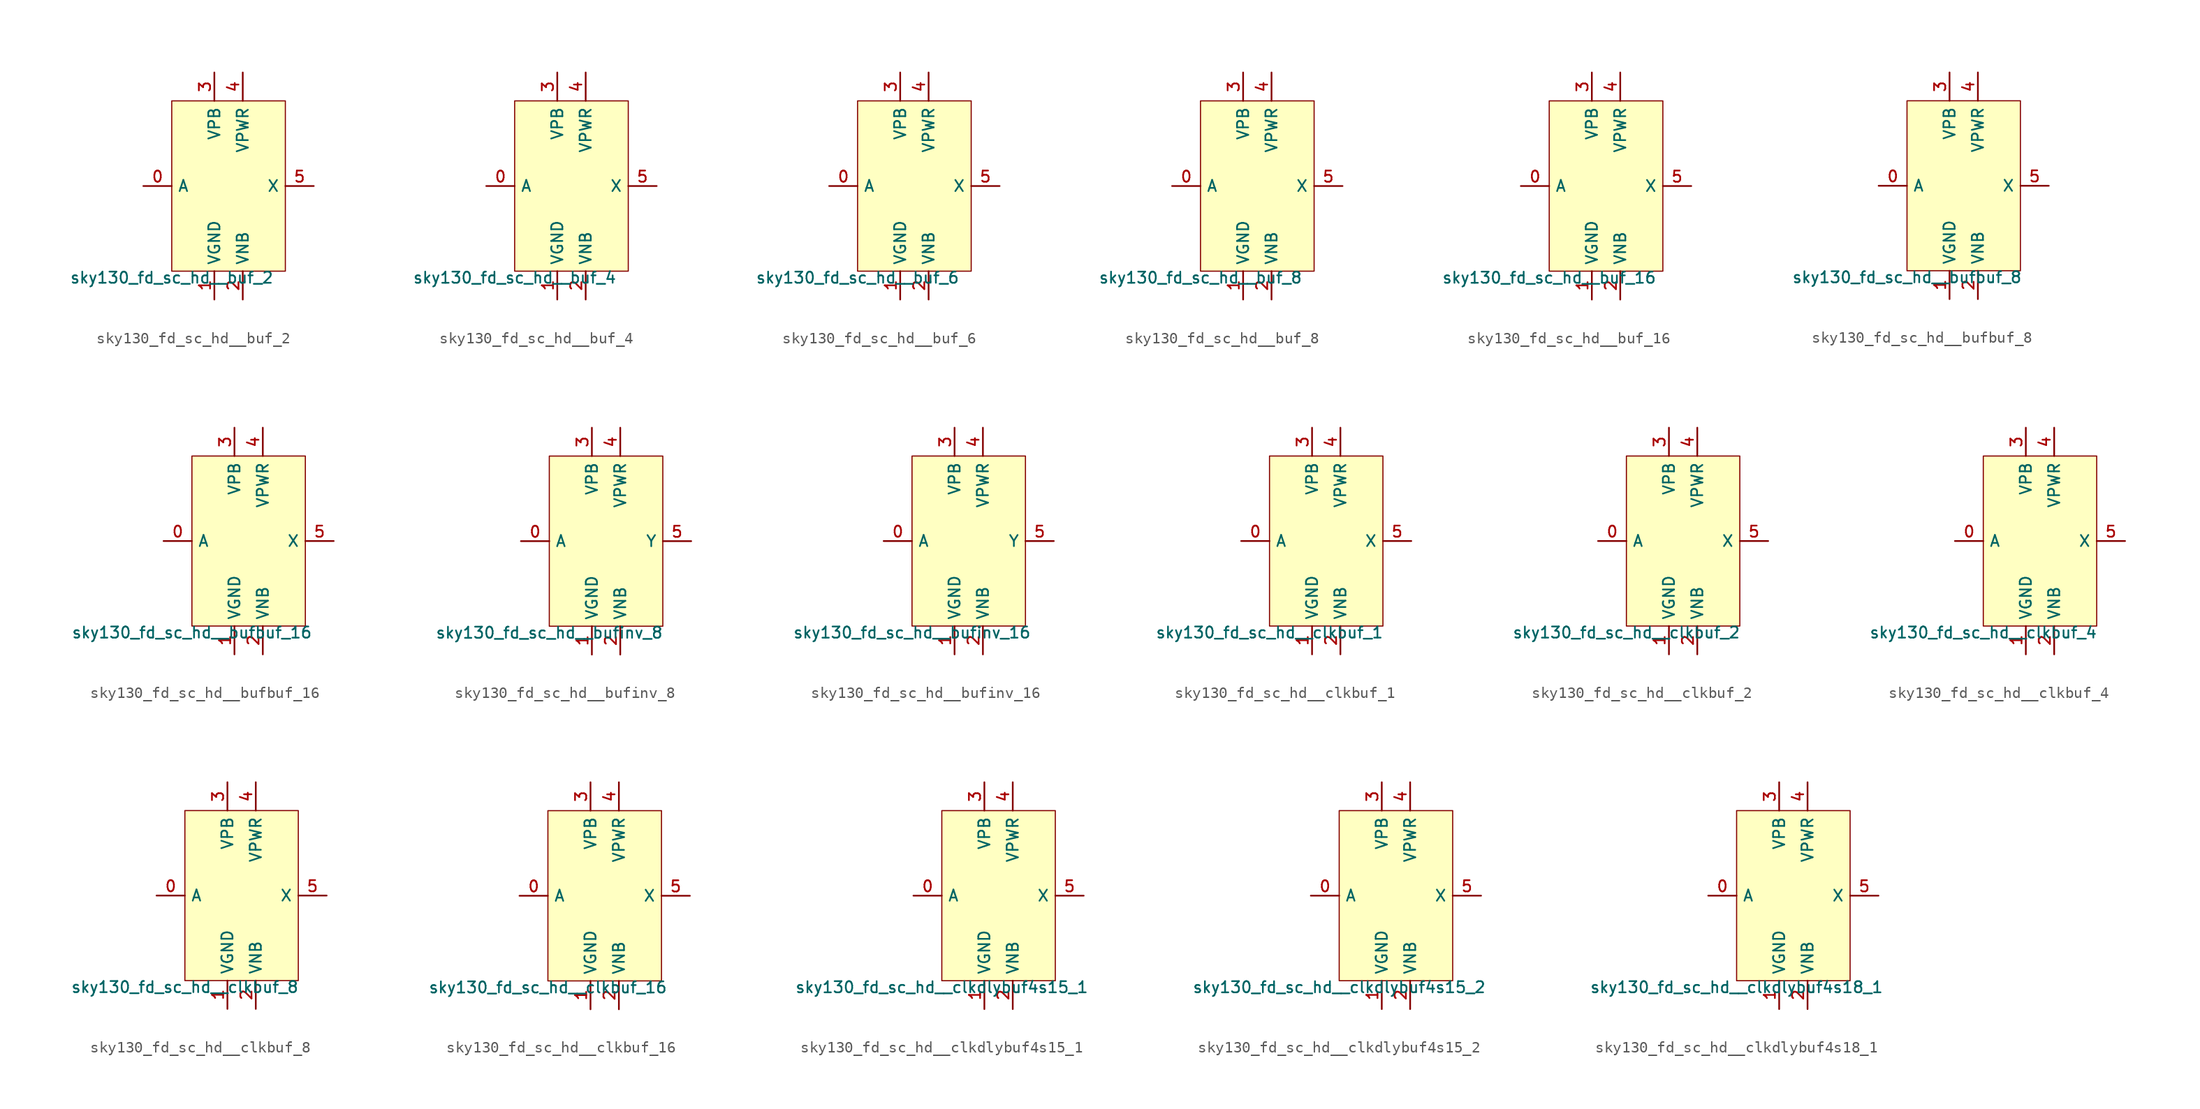
<source format=kicad_sym>
(kicad_symbol_lib
  (version 20211014)
  (generator lef2kicad_sym)
  (symbol "sky130_fd_sc_hd__buf_2"
    (property "Reference" "X"
      (at 0 0 0)
      (effects (font (size 1 1)) hide))
    (property "Value" "sky130_fd_sc_hd__buf_2"
      (at -5.08 -7.62 0)
      (effects (font (size 1 1)) (justify top)))
    (rectangle
      (start -5.08 -7.62)
      (end 5.08 7.62)
      (stroke (width 0.1) (type solid) (color 0 0 0 0))
      (fill (type background)))
    (pin input line
      (at -7.62 0.0 0)
      (length 2.54)
      (name "A" (effects (font (size 1 1)) hide))
      (number "0" (effects (font (size 1 1)) hide)))
    (pin power_in line
      (at -1.27 -10.16 90)
      (length 2.54)
      (name "VGND" (effects (font (size 1 1)) hide))
      (number "1" (effects (font (size 1 1)) hide)))
    (pin power_in line
      (at 1.27 -10.16 90)
      (length 2.54)
      (name "VNB" (effects (font (size 1 1)) hide))
      (number "2" (effects (font (size 1 1)) hide)))
    (pin power_in line
      (at -1.27 10.16 270)
      (length 2.54)
      (name "VPB" (effects (font (size 1 1)) hide))
      (number "3" (effects (font (size 1 1)) hide)))
    (pin power_in line
      (at 1.27 10.16 270)
      (length 2.54)
      (name "VPWR" (effects (font (size 1 1)) hide))
      (number "4" (effects (font (size 1 1)) hide)))
    (pin output line
      (at 7.62 0.0 180)
      (length 2.54)
      (name "X" (effects (font (size 1 1)) hide))
      (number "5" (effects (font (size 1 1)) hide))))
  (symbol "sky130_fd_sc_hd__buf_4"
    (property "Reference" "X"
      (at 0 0 0)
      (effects (font (size 1 1)) hide))
    (property "Value" "sky130_fd_sc_hd__buf_4"
      (at -5.08 -7.62 0)
      (effects (font (size 1 1)) (justify top)))
    (rectangle
      (start -5.08 -7.62)
      (end 5.08 7.62)
      (stroke (width 0.1) (type solid) (color 0 0 0 0))
      (fill (type background)))
    (pin input line
      (at -7.62 0.0 0)
      (length 2.54)
      (name "A" (effects (font (size 1 1)) hide))
      (number "0" (effects (font (size 1 1)) hide)))
    (pin power_in line
      (at -1.27 -10.16 90)
      (length 2.54)
      (name "VGND" (effects (font (size 1 1)) hide))
      (number "1" (effects (font (size 1 1)) hide)))
    (pin power_in line
      (at 1.27 -10.16 90)
      (length 2.54)
      (name "VNB" (effects (font (size 1 1)) hide))
      (number "2" (effects (font (size 1 1)) hide)))
    (pin power_in line
      (at -1.27 10.16 270)
      (length 2.54)
      (name "VPB" (effects (font (size 1 1)) hide))
      (number "3" (effects (font (size 1 1)) hide)))
    (pin power_in line
      (at 1.27 10.16 270)
      (length 2.54)
      (name "VPWR" (effects (font (size 1 1)) hide))
      (number "4" (effects (font (size 1 1)) hide)))
    (pin output line
      (at 7.62 0.0 180)
      (length 2.54)
      (name "X" (effects (font (size 1 1)) hide))
      (number "5" (effects (font (size 1 1)) hide))))
  (symbol "sky130_fd_sc_hd__buf_6"
    (property "Reference" "X"
      (at 0 0 0)
      (effects (font (size 1 1)) hide))
    (property "Value" "sky130_fd_sc_hd__buf_6"
      (at -5.08 -7.62 0)
      (effects (font (size 1 1)) (justify top)))
    (rectangle
      (start -5.08 -7.62)
      (end 5.08 7.62)
      (stroke (width 0.1) (type solid) (color 0 0 0 0))
      (fill (type background)))
    (pin input line
      (at -7.62 0.0 0)
      (length 2.54)
      (name "A" (effects (font (size 1 1)) hide))
      (number "0" (effects (font (size 1 1)) hide)))
    (pin power_in line
      (at -1.27 -10.16 90)
      (length 2.54)
      (name "VGND" (effects (font (size 1 1)) hide))
      (number "1" (effects (font (size 1 1)) hide)))
    (pin power_in line
      (at 1.27 -10.16 90)
      (length 2.54)
      (name "VNB" (effects (font (size 1 1)) hide))
      (number "2" (effects (font (size 1 1)) hide)))
    (pin power_in line
      (at -1.27 10.16 270)
      (length 2.54)
      (name "VPB" (effects (font (size 1 1)) hide))
      (number "3" (effects (font (size 1 1)) hide)))
    (pin power_in line
      (at 1.27 10.16 270)
      (length 2.54)
      (name "VPWR" (effects (font (size 1 1)) hide))
      (number "4" (effects (font (size 1 1)) hide)))
    (pin output line
      (at 7.62 0.0 180)
      (length 2.54)
      (name "X" (effects (font (size 1 1)) hide))
      (number "5" (effects (font (size 1 1)) hide))))
  (symbol "sky130_fd_sc_hd__buf_8"
    (property "Reference" "X"
      (at 0 0 0)
      (effects (font (size 1 1)) hide))
    (property "Value" "sky130_fd_sc_hd__buf_8"
      (at -5.08 -7.62 0)
      (effects (font (size 1 1)) (justify top)))
    (rectangle
      (start -5.08 -7.62)
      (end 5.08 7.62)
      (stroke (width 0.1) (type solid) (color 0 0 0 0))
      (fill (type background)))
    (pin input line
      (at -7.62 0.0 0)
      (length 2.54)
      (name "A" (effects (font (size 1 1)) hide))
      (number "0" (effects (font (size 1 1)) hide)))
    (pin power_in line
      (at -1.27 -10.16 90)
      (length 2.54)
      (name "VGND" (effects (font (size 1 1)) hide))
      (number "1" (effects (font (size 1 1)) hide)))
    (pin power_in line
      (at 1.27 -10.16 90)
      (length 2.54)
      (name "VNB" (effects (font (size 1 1)) hide))
      (number "2" (effects (font (size 1 1)) hide)))
    (pin power_in line
      (at -1.27 10.16 270)
      (length 2.54)
      (name "VPB" (effects (font (size 1 1)) hide))
      (number "3" (effects (font (size 1 1)) hide)))
    (pin power_in line
      (at 1.27 10.16 270)
      (length 2.54)
      (name "VPWR" (effects (font (size 1 1)) hide))
      (number "4" (effects (font (size 1 1)) hide)))
    (pin output line
      (at 7.62 0.0 180)
      (length 2.54)
      (name "X" (effects (font (size 1 1)) hide))
      (number "5" (effects (font (size 1 1)) hide))))
  (symbol "sky130_fd_sc_hd__buf_16"
    (property "Reference" "X"
      (at 0 0 0)
      (effects (font (size 1 1)) hide))
    (property "Value" "sky130_fd_sc_hd__buf_16"
      (at -5.08 -7.62 0)
      (effects (font (size 1 1)) (justify top)))
    (rectangle
      (start -5.08 -7.62)
      (end 5.08 7.62)
      (stroke (width 0.1) (type solid) (color 0 0 0 0))
      (fill (type background)))
    (pin input line
      (at -7.62 0.0 0)
      (length 2.54)
      (name "A" (effects (font (size 1 1)) hide))
      (number "0" (effects (font (size 1 1)) hide)))
    (pin power_in line
      (at -1.27 -10.16 90)
      (length 2.54)
      (name "VGND" (effects (font (size 1 1)) hide))
      (number "1" (effects (font (size 1 1)) hide)))
    (pin power_in line
      (at 1.27 -10.16 90)
      (length 2.54)
      (name "VNB" (effects (font (size 1 1)) hide))
      (number "2" (effects (font (size 1 1)) hide)))
    (pin power_in line
      (at -1.27 10.16 270)
      (length 2.54)
      (name "VPB" (effects (font (size 1 1)) hide))
      (number "3" (effects (font (size 1 1)) hide)))
    (pin power_in line
      (at 1.27 10.16 270)
      (length 2.54)
      (name "VPWR" (effects (font (size 1 1)) hide))
      (number "4" (effects (font (size 1 1)) hide)))
    (pin output line
      (at 7.62 0.0 180)
      (length 2.54)
      (name "X" (effects (font (size 1 1)) hide))
      (number "5" (effects (font (size 1 1)) hide))))
  (symbol "sky130_fd_sc_hd__bufbuf_8"
    (property "Reference" "X"
      (at 0 0 0)
      (effects (font (size 1 1)) hide))
    (property "Value" "sky130_fd_sc_hd__bufbuf_8"
      (at -5.08 -7.62 0)
      (effects (font (size 1 1)) (justify top)))
    (rectangle
      (start -5.08 -7.62)
      (end 5.08 7.62)
      (stroke (width 0.1) (type solid) (color 0 0 0 0))
      (fill (type background)))
    (pin input line
      (at -7.62 0.0 0)
      (length 2.54)
      (name "A" (effects (font (size 1 1)) hide))
      (number "0" (effects (font (size 1 1)) hide)))
    (pin power_in line
      (at -1.27 -10.16 90)
      (length 2.54)
      (name "VGND" (effects (font (size 1 1)) hide))
      (number "1" (effects (font (size 1 1)) hide)))
    (pin power_in line
      (at 1.27 -10.16 90)
      (length 2.54)
      (name "VNB" (effects (font (size 1 1)) hide))
      (number "2" (effects (font (size 1 1)) hide)))
    (pin power_in line
      (at -1.27 10.16 270)
      (length 2.54)
      (name "VPB" (effects (font (size 1 1)) hide))
      (number "3" (effects (font (size 1 1)) hide)))
    (pin power_in line
      (at 1.27 10.16 270)
      (length 2.54)
      (name "VPWR" (effects (font (size 1 1)) hide))
      (number "4" (effects (font (size 1 1)) hide)))
    (pin output line
      (at 7.62 0.0 180)
      (length 2.54)
      (name "X" (effects (font (size 1 1)) hide))
      (number "5" (effects (font (size 1 1)) hide))))
  (symbol "sky130_fd_sc_hd__bufbuf_16"
    (property "Reference" "X"
      (at 0 0 0)
      (effects (font (size 1 1)) hide))
    (property "Value" "sky130_fd_sc_hd__bufbuf_16"
      (at -5.08 -7.62 0)
      (effects (font (size 1 1)) (justify top)))
    (rectangle
      (start -5.08 -7.62)
      (end 5.08 7.62)
      (stroke (width 0.1) (type solid) (color 0 0 0 0))
      (fill (type background)))
    (pin input line
      (at -7.62 0.0 0)
      (length 2.54)
      (name "A" (effects (font (size 1 1)) hide))
      (number "0" (effects (font (size 1 1)) hide)))
    (pin power_in line
      (at -1.27 -10.16 90)
      (length 2.54)
      (name "VGND" (effects (font (size 1 1)) hide))
      (number "1" (effects (font (size 1 1)) hide)))
    (pin power_in line
      (at 1.27 -10.16 90)
      (length 2.54)
      (name "VNB" (effects (font (size 1 1)) hide))
      (number "2" (effects (font (size 1 1)) hide)))
    (pin power_in line
      (at -1.27 10.16 270)
      (length 2.54)
      (name "VPB" (effects (font (size 1 1)) hide))
      (number "3" (effects (font (size 1 1)) hide)))
    (pin power_in line
      (at 1.27 10.16 270)
      (length 2.54)
      (name "VPWR" (effects (font (size 1 1)) hide))
      (number "4" (effects (font (size 1 1)) hide)))
    (pin output line
      (at 7.62 0.0 180)
      (length 2.54)
      (name "X" (effects (font (size 1 1)) hide))
      (number "5" (effects (font (size 1 1)) hide))))
  (symbol "sky130_fd_sc_hd__bufinv_8"
    (property "Reference" "X"
      (at 0 0 0)
      (effects (font (size 1 1)) hide))
    (property "Value" "sky130_fd_sc_hd__bufinv_8"
      (at -5.08 -7.62 0)
      (effects (font (size 1 1)) (justify top)))
    (rectangle
      (start -5.08 -7.62)
      (end 5.08 7.62)
      (stroke (width 0.1) (type solid) (color 0 0 0 0))
      (fill (type background)))
    (pin input line
      (at -7.62 0.0 0)
      (length 2.54)
      (name "A" (effects (font (size 1 1)) hide))
      (number "0" (effects (font (size 1 1)) hide)))
    (pin power_in line
      (at -1.27 -10.16 90)
      (length 2.54)
      (name "VGND" (effects (font (size 1 1)) hide))
      (number "1" (effects (font (size 1 1)) hide)))
    (pin power_in line
      (at 1.27 -10.16 90)
      (length 2.54)
      (name "VNB" (effects (font (size 1 1)) hide))
      (number "2" (effects (font (size 1 1)) hide)))
    (pin power_in line
      (at -1.27 10.16 270)
      (length 2.54)
      (name "VPB" (effects (font (size 1 1)) hide))
      (number "3" (effects (font (size 1 1)) hide)))
    (pin power_in line
      (at 1.27 10.16 270)
      (length 2.54)
      (name "VPWR" (effects (font (size 1 1)) hide))
      (number "4" (effects (font (size 1 1)) hide)))
    (pin output line
      (at 7.62 0.0 180)
      (length 2.54)
      (name "Y" (effects (font (size 1 1)) hide))
      (number "5" (effects (font (size 1 1)) hide))))
  (symbol "sky130_fd_sc_hd__bufinv_16"
    (property "Reference" "X"
      (at 0 0 0)
      (effects (font (size 1 1)) hide))
    (property "Value" "sky130_fd_sc_hd__bufinv_16"
      (at -5.08 -7.62 0)
      (effects (font (size 1 1)) (justify top)))
    (rectangle
      (start -5.08 -7.62)
      (end 5.08 7.62)
      (stroke (width 0.1) (type solid) (color 0 0 0 0))
      (fill (type background)))
    (pin input line
      (at -7.62 0.0 0)
      (length 2.54)
      (name "A" (effects (font (size 1 1)) hide))
      (number "0" (effects (font (size 1 1)) hide)))
    (pin power_in line
      (at -1.27 -10.16 90)
      (length 2.54)
      (name "VGND" (effects (font (size 1 1)) hide))
      (number "1" (effects (font (size 1 1)) hide)))
    (pin power_in line
      (at 1.27 -10.16 90)
      (length 2.54)
      (name "VNB" (effects (font (size 1 1)) hide))
      (number "2" (effects (font (size 1 1)) hide)))
    (pin power_in line
      (at -1.27 10.16 270)
      (length 2.54)
      (name "VPB" (effects (font (size 1 1)) hide))
      (number "3" (effects (font (size 1 1)) hide)))
    (pin power_in line
      (at 1.27 10.16 270)
      (length 2.54)
      (name "VPWR" (effects (font (size 1 1)) hide))
      (number "4" (effects (font (size 1 1)) hide)))
    (pin output line
      (at 7.62 0.0 180)
      (length 2.54)
      (name "Y" (effects (font (size 1 1)) hide))
      (number "5" (effects (font (size 1 1)) hide))))
  (symbol "sky130_fd_sc_hd__clkbuf_1"
    (property "Reference" "X"
      (at 0 0 0)
      (effects (font (size 1 1)) hide))
    (property "Value" "sky130_fd_sc_hd__clkbuf_1"
      (at -5.08 -7.62 0)
      (effects (font (size 1 1)) (justify top)))
    (rectangle
      (start -5.08 -7.62)
      (end 5.08 7.62)
      (stroke (width 0.1) (type solid) (color 0 0 0 0))
      (fill (type background)))
    (pin input line
      (at -7.62 0.0 0)
      (length 2.54)
      (name "A" (effects (font (size 1 1)) hide))
      (number "0" (effects (font (size 1 1)) hide)))
    (pin power_in line
      (at -1.27 -10.16 90)
      (length 2.54)
      (name "VGND" (effects (font (size 1 1)) hide))
      (number "1" (effects (font (size 1 1)) hide)))
    (pin power_in line
      (at 1.27 -10.16 90)
      (length 2.54)
      (name "VNB" (effects (font (size 1 1)) hide))
      (number "2" (effects (font (size 1 1)) hide)))
    (pin power_in line
      (at -1.27 10.16 270)
      (length 2.54)
      (name "VPB" (effects (font (size 1 1)) hide))
      (number "3" (effects (font (size 1 1)) hide)))
    (pin power_in line
      (at 1.27 10.16 270)
      (length 2.54)
      (name "VPWR" (effects (font (size 1 1)) hide))
      (number "4" (effects (font (size 1 1)) hide)))
    (pin output line
      (at 7.62 0.0 180)
      (length 2.54)
      (name "X" (effects (font (size 1 1)) hide))
      (number "5" (effects (font (size 1 1)) hide))))
  (symbol "sky130_fd_sc_hd__clkbuf_2"
    (property "Reference" "X"
      (at 0 0 0)
      (effects (font (size 1 1)) hide))
    (property "Value" "sky130_fd_sc_hd__clkbuf_2"
      (at -5.08 -7.62 0)
      (effects (font (size 1 1)) (justify top)))
    (rectangle
      (start -5.08 -7.62)
      (end 5.08 7.62)
      (stroke (width 0.1) (type solid) (color 0 0 0 0))
      (fill (type background)))
    (pin input line
      (at -7.62 0.0 0)
      (length 2.54)
      (name "A" (effects (font (size 1 1)) hide))
      (number "0" (effects (font (size 1 1)) hide)))
    (pin power_in line
      (at -1.27 -10.16 90)
      (length 2.54)
      (name "VGND" (effects (font (size 1 1)) hide))
      (number "1" (effects (font (size 1 1)) hide)))
    (pin power_in line
      (at 1.27 -10.16 90)
      (length 2.54)
      (name "VNB" (effects (font (size 1 1)) hide))
      (number "2" (effects (font (size 1 1)) hide)))
    (pin power_in line
      (at -1.27 10.16 270)
      (length 2.54)
      (name "VPB" (effects (font (size 1 1)) hide))
      (number "3" (effects (font (size 1 1)) hide)))
    (pin power_in line
      (at 1.27 10.16 270)
      (length 2.54)
      (name "VPWR" (effects (font (size 1 1)) hide))
      (number "4" (effects (font (size 1 1)) hide)))
    (pin output line
      (at 7.62 0.0 180)
      (length 2.54)
      (name "X" (effects (font (size 1 1)) hide))
      (number "5" (effects (font (size 1 1)) hide))))
  (symbol "sky130_fd_sc_hd__clkbuf_4"
    (property "Reference" "X"
      (at 0 0 0)
      (effects (font (size 1 1)) hide))
    (property "Value" "sky130_fd_sc_hd__clkbuf_4"
      (at -5.08 -7.62 0)
      (effects (font (size 1 1)) (justify top)))
    (rectangle
      (start -5.08 -7.62)
      (end 5.08 7.62)
      (stroke (width 0.1) (type solid) (color 0 0 0 0))
      (fill (type background)))
    (pin input line
      (at -7.62 0.0 0)
      (length 2.54)
      (name "A" (effects (font (size 1 1)) hide))
      (number "0" (effects (font (size 1 1)) hide)))
    (pin power_in line
      (at -1.27 -10.16 90)
      (length 2.54)
      (name "VGND" (effects (font (size 1 1)) hide))
      (number "1" (effects (font (size 1 1)) hide)))
    (pin power_in line
      (at 1.27 -10.16 90)
      (length 2.54)
      (name "VNB" (effects (font (size 1 1)) hide))
      (number "2" (effects (font (size 1 1)) hide)))
    (pin power_in line
      (at -1.27 10.16 270)
      (length 2.54)
      (name "VPB" (effects (font (size 1 1)) hide))
      (number "3" (effects (font (size 1 1)) hide)))
    (pin power_in line
      (at 1.27 10.16 270)
      (length 2.54)
      (name "VPWR" (effects (font (size 1 1)) hide))
      (number "4" (effects (font (size 1 1)) hide)))
    (pin output line
      (at 7.62 0.0 180)
      (length 2.54)
      (name "X" (effects (font (size 1 1)) hide))
      (number "5" (effects (font (size 1 1)) hide))))
  (symbol "sky130_fd_sc_hd__clkbuf_8"
    (property "Reference" "X"
      (at 0 0 0)
      (effects (font (size 1 1)) hide))
    (property "Value" "sky130_fd_sc_hd__clkbuf_8"
      (at -5.08 -7.62 0)
      (effects (font (size 1 1)) (justify top)))
    (rectangle
      (start -5.08 -7.62)
      (end 5.08 7.62)
      (stroke (width 0.1) (type solid) (color 0 0 0 0))
      (fill (type background)))
    (pin input line
      (at -7.62 0.0 0)
      (length 2.54)
      (name "A" (effects (font (size 1 1)) hide))
      (number "0" (effects (font (size 1 1)) hide)))
    (pin power_in line
      (at -1.27 -10.16 90)
      (length 2.54)
      (name "VGND" (effects (font (size 1 1)) hide))
      (number "1" (effects (font (size 1 1)) hide)))
    (pin power_in line
      (at 1.27 -10.16 90)
      (length 2.54)
      (name "VNB" (effects (font (size 1 1)) hide))
      (number "2" (effects (font (size 1 1)) hide)))
    (pin power_in line
      (at -1.27 10.16 270)
      (length 2.54)
      (name "VPB" (effects (font (size 1 1)) hide))
      (number "3" (effects (font (size 1 1)) hide)))
    (pin power_in line
      (at 1.27 10.16 270)
      (length 2.54)
      (name "VPWR" (effects (font (size 1 1)) hide))
      (number "4" (effects (font (size 1 1)) hide)))
    (pin output line
      (at 7.62 0.0 180)
      (length 2.54)
      (name "X" (effects (font (size 1 1)) hide))
      (number "5" (effects (font (size 1 1)) hide))))
  (symbol "sky130_fd_sc_hd__clkbuf_16"
    (property "Reference" "X"
      (at 0 0 0)
      (effects (font (size 1 1)) hide))
    (property "Value" "sky130_fd_sc_hd__clkbuf_16"
      (at -5.08 -7.62 0)
      (effects (font (size 1 1)) (justify top)))
    (rectangle
      (start -5.08 -7.62)
      (end 5.08 7.62)
      (stroke (width 0.1) (type solid) (color 0 0 0 0))
      (fill (type background)))
    (pin input line
      (at -7.62 0.0 0)
      (length 2.54)
      (name "A" (effects (font (size 1 1)) hide))
      (number "0" (effects (font (size 1 1)) hide)))
    (pin power_in line
      (at -1.27 -10.16 90)
      (length 2.54)
      (name "VGND" (effects (font (size 1 1)) hide))
      (number "1" (effects (font (size 1 1)) hide)))
    (pin power_in line
      (at 1.27 -10.16 90)
      (length 2.54)
      (name "VNB" (effects (font (size 1 1)) hide))
      (number "2" (effects (font (size 1 1)) hide)))
    (pin power_in line
      (at -1.27 10.16 270)
      (length 2.54)
      (name "VPB" (effects (font (size 1 1)) hide))
      (number "3" (effects (font (size 1 1)) hide)))
    (pin power_in line
      (at 1.27 10.16 270)
      (length 2.54)
      (name "VPWR" (effects (font (size 1 1)) hide))
      (number "4" (effects (font (size 1 1)) hide)))
    (pin output line
      (at 7.62 0.0 180)
      (length 2.54)
      (name "X" (effects (font (size 1 1)) hide))
      (number "5" (effects (font (size 1 1)) hide))))
  (symbol "sky130_fd_sc_hd__clkdlybuf4s15_1"
    (property "Reference" "X"
      (at 0 0 0)
      (effects (font (size 1 1)) hide))
    (property "Value" "sky130_fd_sc_hd__clkdlybuf4s15_1"
      (at -5.08 -7.62 0)
      (effects (font (size 1 1)) (justify top)))
    (rectangle
      (start -5.08 -7.62)
      (end 5.08 7.62)
      (stroke (width 0.1) (type solid) (color 0 0 0 0))
      (fill (type background)))
    (pin input line
      (at -7.62 0.0 0)
      (length 2.54)
      (name "A" (effects (font (size 1 1)) hide))
      (number "0" (effects (font (size 1 1)) hide)))
    (pin power_in line
      (at -1.27 -10.16 90)
      (length 2.54)
      (name "VGND" (effects (font (size 1 1)) hide))
      (number "1" (effects (font (size 1 1)) hide)))
    (pin power_in line
      (at 1.27 -10.16 90)
      (length 2.54)
      (name "VNB" (effects (font (size 1 1)) hide))
      (number "2" (effects (font (size 1 1)) hide)))
    (pin power_in line
      (at -1.27 10.16 270)
      (length 2.54)
      (name "VPB" (effects (font (size 1 1)) hide))
      (number "3" (effects (font (size 1 1)) hide)))
    (pin power_in line
      (at 1.27 10.16 270)
      (length 2.54)
      (name "VPWR" (effects (font (size 1 1)) hide))
      (number "4" (effects (font (size 1 1)) hide)))
    (pin output line
      (at 7.62 0.0 180)
      (length 2.54)
      (name "X" (effects (font (size 1 1)) hide))
      (number "5" (effects (font (size 1 1)) hide))))
  (symbol "sky130_fd_sc_hd__clkdlybuf4s15_2"
    (property "Reference" "X"
      (at 0 0 0)
      (effects (font (size 1 1)) hide))
    (property "Value" "sky130_fd_sc_hd__clkdlybuf4s15_2"
      (at -5.08 -7.62 0)
      (effects (font (size 1 1)) (justify top)))
    (rectangle
      (start -5.08 -7.62)
      (end 5.08 7.62)
      (stroke (width 0.1) (type solid) (color 0 0 0 0))
      (fill (type background)))
    (pin input line
      (at -7.62 0.0 0)
      (length 2.54)
      (name "A" (effects (font (size 1 1)) hide))
      (number "0" (effects (font (size 1 1)) hide)))
    (pin power_in line
      (at -1.27 -10.16 90)
      (length 2.54)
      (name "VGND" (effects (font (size 1 1)) hide))
      (number "1" (effects (font (size 1 1)) hide)))
    (pin power_in line
      (at 1.27 -10.16 90)
      (length 2.54)
      (name "VNB" (effects (font (size 1 1)) hide))
      (number "2" (effects (font (size 1 1)) hide)))
    (pin power_in line
      (at -1.27 10.16 270)
      (length 2.54)
      (name "VPB" (effects (font (size 1 1)) hide))
      (number "3" (effects (font (size 1 1)) hide)))
    (pin power_in line
      (at 1.27 10.16 270)
      (length 2.54)
      (name "VPWR" (effects (font (size 1 1)) hide))
      (number "4" (effects (font (size 1 1)) hide)))
    (pin output line
      (at 7.62 0.0 180)
      (length 2.54)
      (name "X" (effects (font (size 1 1)) hide))
      (number "5" (effects (font (size 1 1)) hide))))
  (symbol "sky130_fd_sc_hd__clkdlybuf4s18_1"
    (property "Reference" "X"
      (at 0 0 0)
      (effects (font (size 1 1)) hide))
    (property "Value" "sky130_fd_sc_hd__clkdlybuf4s18_1"
      (at -5.08 -7.62 0)
      (effects (font (size 1 1)) (justify top)))
    (rectangle
      (start -5.08 -7.62)
      (end 5.08 7.62)
      (stroke (width 0.1) (type solid) (color 0 0 0 0))
      (fill (type background)))
    (pin input line
      (at -7.62 0.0 0)
      (length 2.54)
      (name "A" (effects (font (size 1 1)) hide))
      (number "0" (effects (font (size 1 1)) hide)))
    (pin power_in line
      (at -1.27 -10.16 90)
      (length 2.54)
      (name "VGND" (effects (font (size 1 1)) hide))
      (number "1" (effects (font (size 1 1)) hide)))
    (pin power_in line
      (at 1.27 -10.16 90)
      (length 2.54)
      (name "VNB" (effects (font (size 1 1)) hide))
      (number "2" (effects (font (size 1 1)) hide)))
    (pin power_in line
      (at -1.27 10.16 270)
      (length 2.54)
      (name "VPB" (effects (font (size 1 1)) hide))
      (number "3" (effects (font (size 1 1)) hide)))
    (pin power_in line
      (at 1.27 10.16 270)
      (length 2.54)
      (name "VPWR" (effects (font (size 1 1)) hide))
      (number "4" (effects (font (size 1 1)) hide)))
    (pin output line
      (at 7.62 0.0 180)
      (length 2.54)
      (name "X" (effects (font (size 1 1)) hide))
      (number "5" (effects (font (size 1 1)) hide)))))
</source>
